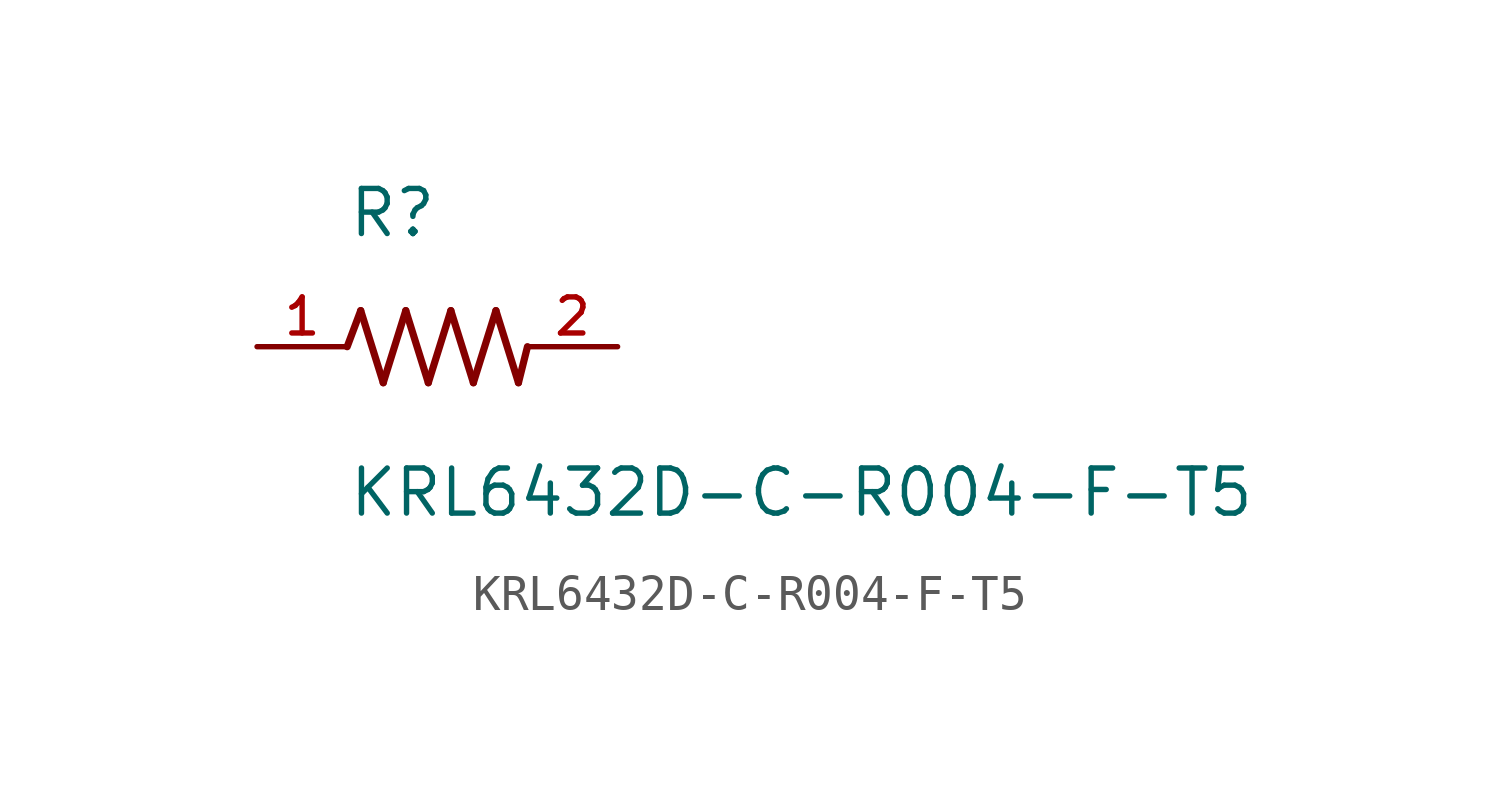
<source format=kicad_sym>
(kicad_symbol_lib
  (version 20211014)
  (generator kicad_symbol_editor)
  (symbol "KRL6432D-C-R004-F-T5"
    (pin_names
      (offset 1.016))
    (property "Reference" "R"
      (at -2.542 3.025 0)
      (effects (font (size 1.27 1.27)) (justify bottom left)))
    (property "Value" "KRL6432D-C-R004-F-T5"
      (at -2.54 -4.852 0)
      (effects (font (size 1.27 1.27)) (justify bottom left)))
    (symbol "KRL6432D-C-R004-F-T5_0_0"
      (polyline (pts (xy -2.54 0.0) (xy -2.159 1.016)) (stroke (width 0.203)))
      (polyline (pts (xy -2.159 1.016) (xy -1.524 -1.016)) (stroke (width 0.203)))
      (polyline (pts (xy -1.524 -1.016) (xy -0.889 1.016)) (stroke (width 0.203)))
      (polyline (pts (xy -0.889 1.016) (xy -0.254 -1.016)) (stroke (width 0.203)))
      (polyline (pts (xy -0.254 -1.016) (xy 0.381 1.016)) (stroke (width 0.203)))
      (polyline (pts (xy 0.381 1.016) (xy 1.016 -1.016)) (stroke (width 0.203)))
      (polyline (pts (xy 1.016 -1.016) (xy 1.651 1.016)) (stroke (width 0.203)))
      (polyline (pts (xy 1.651 1.016) (xy 2.286 -1.016)) (stroke (width 0.203)))
      (polyline (pts (xy 2.286 -1.016) (xy 2.54 0.0)) (stroke (width 0.203)))
      (pin passive line (at 5.08 0.0 180.0) (length 2.54) (name "~" (effects (font (size 1.016 1.016)))) (number "2" (effects (font (size 1.016 1.016)))))
      (pin passive line (at -5.08 0.0 0) (length 2.54) (name "~" (effects (font (size 1.016 1.016)))) (number "1" (effects (font (size 1.016 1.016))))))))
</source>
